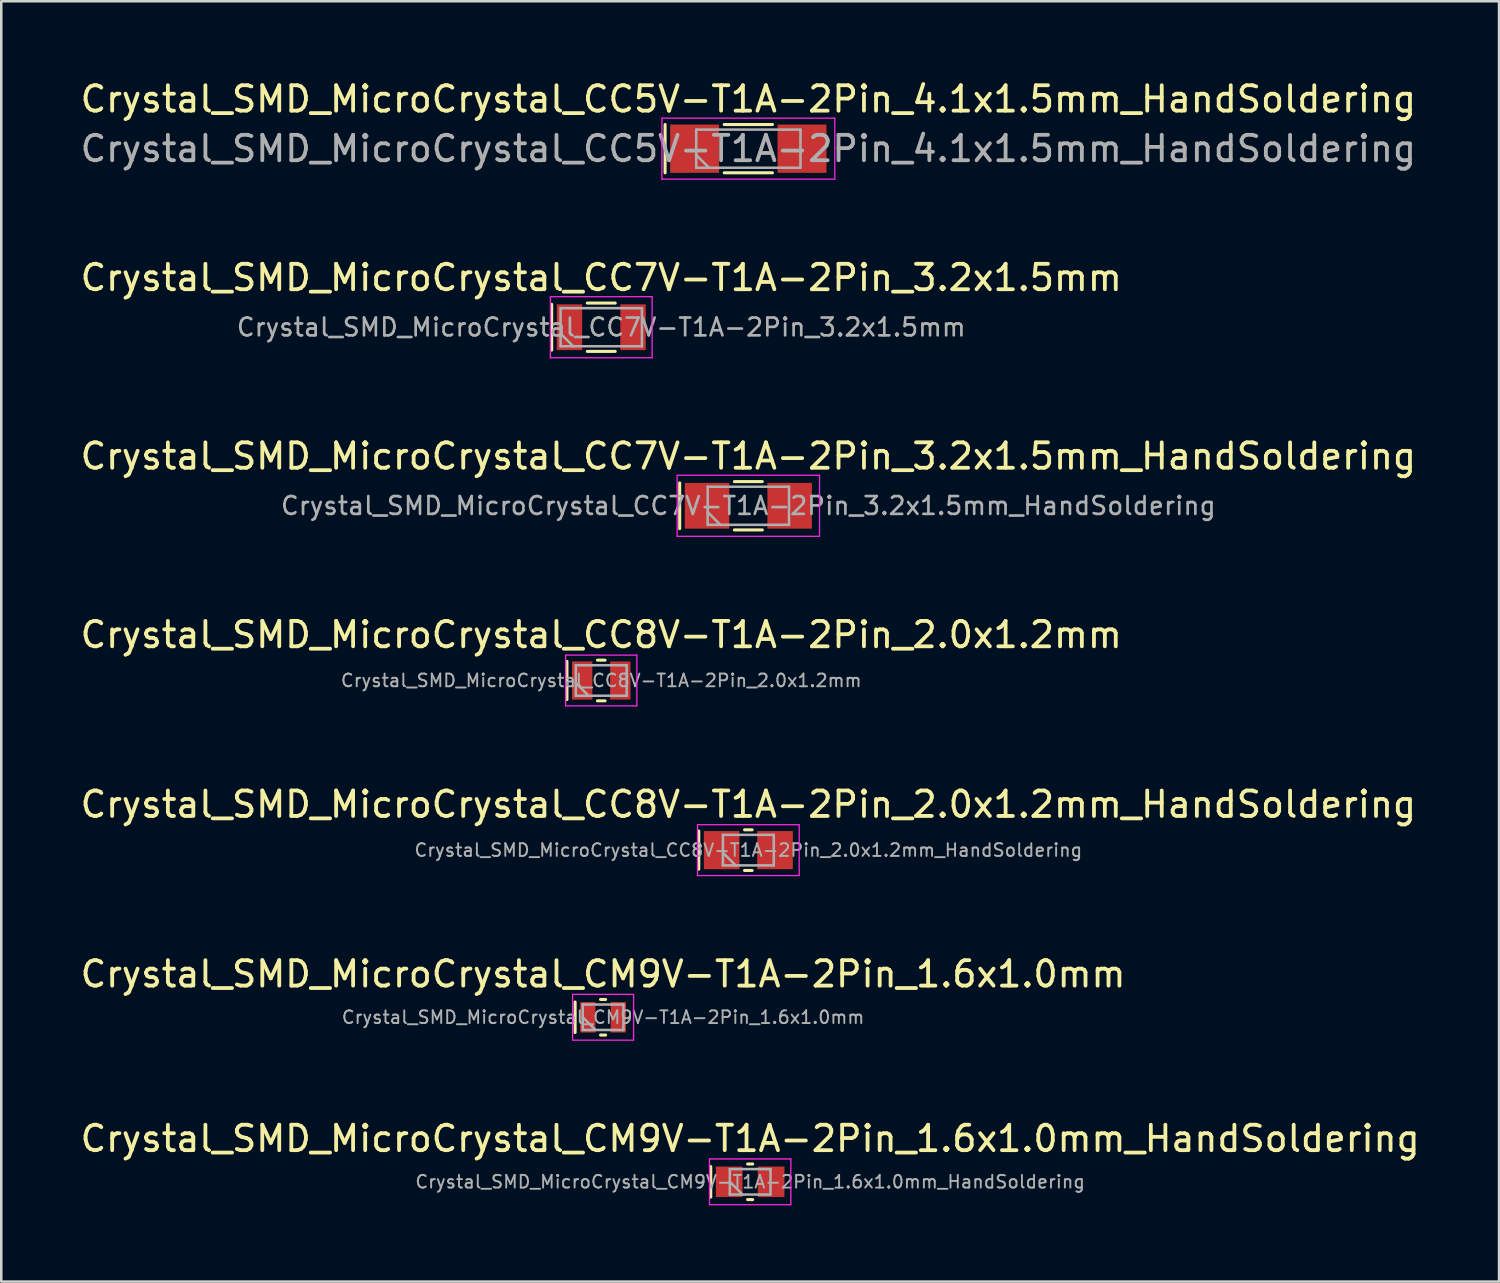
<source format=kicad_pcb>
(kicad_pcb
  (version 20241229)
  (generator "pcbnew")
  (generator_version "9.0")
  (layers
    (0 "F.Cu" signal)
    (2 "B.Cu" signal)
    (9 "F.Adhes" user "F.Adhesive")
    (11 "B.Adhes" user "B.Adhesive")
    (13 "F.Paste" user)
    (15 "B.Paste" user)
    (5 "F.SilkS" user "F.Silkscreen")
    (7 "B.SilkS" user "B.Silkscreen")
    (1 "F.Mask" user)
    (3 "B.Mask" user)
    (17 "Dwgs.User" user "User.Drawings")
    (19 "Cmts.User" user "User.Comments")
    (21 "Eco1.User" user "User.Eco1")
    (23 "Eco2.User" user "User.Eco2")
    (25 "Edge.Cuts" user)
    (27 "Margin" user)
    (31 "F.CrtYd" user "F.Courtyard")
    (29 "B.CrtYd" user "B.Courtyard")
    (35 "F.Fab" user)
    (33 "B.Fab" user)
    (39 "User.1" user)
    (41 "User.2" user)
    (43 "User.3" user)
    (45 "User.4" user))
  (footprint "Crystal_SMD_MicroCrystal_CM9V-T1A-2Pin_1.6x1.0mm_HandSoldering"
    (layer "F.Cu")
    (at 26.458 43.438)
    (property "Reference" "Crystal_SMD_MicroCrystal_CM9V-T1A-2Pin_1.6x1.0mm_HandSoldering" (at 0 -1.7 0) (layer "F.SilkS") (effects (font (size 1 1) (thickness 0.15))))
    (attr smd)
    (fp_line (start -1.55 -0.6) (end -1.55 0.6) (stroke (width 0.12) (type solid)) (layer "F.SilkS"))
    (fp_line (start -0.1 -0.7) (end 0.1 -0.7) (stroke (width 0.12) (type solid)) (layer "F.SilkS"))
    (fp_line (start -0.1 0.7) (end 0.1 0.7) (stroke (width 0.12) (type solid)) (layer "F.SilkS"))
    (fp_line (start -1.6 -0.9) (end -1.6 0.9) (stroke (width 0.05) (type solid)) (layer "F.CrtYd"))
    (fp_line (start -1.6 0.9) (end 1.6 0.9) (stroke (width 0.05) (type solid)) (layer "F.CrtYd"))
    (fp_line (start 1.6 -0.9) (end -1.6 -0.9) (stroke (width 0.05) (type solid)) (layer "F.CrtYd"))
    (fp_line (start 1.6 0.9) (end 1.6 -0.9) (stroke (width 0.05) (type solid)) (layer "F.CrtYd"))
    (fp_line (start -0.8 -0.5) (end -0.8 0.5) (stroke (width 0.1) (type solid)) (layer "F.Fab"))
    (fp_line (start -0.8 0) (end -0.3 0.5) (stroke (width 0.1) (type solid)) (layer "F.Fab"))
    (fp_line (start -0.8 0.5) (end 0.8 0.5) (stroke (width 0.1) (type solid)) (layer "F.Fab"))
    (fp_line (start 0.8 -0.5) (end -0.8 -0.5) (stroke (width 0.1) (type solid)) (layer "F.Fab"))
    (fp_line (start 0.8 0.5) (end 0.8 -0.5) (stroke (width 0.1) (type solid)) (layer "F.Fab"))
    (fp_text user "${REFERENCE}" (at 0 0 0) (layer "F.Fab") (effects (font (size 0.5 0.5) (thickness 0.075))))
    (pad "1" smd rect (at -0.825 0) (size 1.05 1.2) (layers "F.Cu" "F.Mask" "F.Paste"))
    (pad "2" smd rect (at 0.825 0) (size 1.05 1.2) (layers "F.Cu" "F.Mask" "F.Paste")))
  (footprint "Crystal_SMD_MicroCrystal_CM9V-T1A-2Pin_1.6x1.0mm"
    (layer "F.Cu")
    (at 20.673 36.965)
    (property "Reference" "Crystal_SMD_MicroCrystal_CM9V-T1A-2Pin_1.6x1.0mm" (at 0 -1.7 0) (layer "F.SilkS") (effects (font (size 1 1) (thickness 0.15))))
    (attr smd)
    (fp_line (start -1.1 -0.6) (end -1.1 0.6) (stroke (width 0.12) (type solid)) (layer "F.SilkS"))
    (fp_line (start -0.1 -0.7) (end 0.1 -0.7) (stroke (width 0.12) (type solid)) (layer "F.SilkS"))
    (fp_line (start -0.1 0.7) (end 0.1 0.7) (stroke (width 0.12) (type solid)) (layer "F.SilkS"))
    (fp_line (start -1.2 -0.9) (end -1.2 0.9) (stroke (width 0.05) (type solid)) (layer "F.CrtYd"))
    (fp_line (start -1.2 0.9) (end 1.2 0.9) (stroke (width 0.05) (type solid)) (layer "F.CrtYd"))
    (fp_line (start 1.2 -0.9) (end -1.2 -0.9) (stroke (width 0.05) (type solid)) (layer "F.CrtYd"))
    (fp_line (start 1.2 0.9) (end 1.2 -0.9) (stroke (width 0.05) (type solid)) (layer "F.CrtYd"))
    (fp_line (start -0.8 -0.5) (end -0.8 0.5) (stroke (width 0.1) (type solid)) (layer "F.Fab"))
    (fp_line (start -0.8 0) (end -0.3 0.5) (stroke (width 0.1) (type solid)) (layer "F.Fab"))
    (fp_line (start -0.8 0.5) (end 0.8 0.5) (stroke (width 0.1) (type solid)) (layer "F.Fab"))
    (fp_line (start 0.8 -0.5) (end -0.8 -0.5) (stroke (width 0.1) (type solid)) (layer "F.Fab"))
    (fp_line (start 0.8 0.5) (end 0.8 -0.5) (stroke (width 0.1) (type solid)) (layer "F.Fab"))
    (fp_text user "${REFERENCE}" (at 0 0 0) (layer "F.Fab") (effects (font (size 0.5 0.5) (thickness 0.075))))
    (pad "1" smd rect (at -0.6 0) (size 0.6 1.2) (layers "F.Cu" "F.Mask" "F.Paste"))
    (pad "2" smd rect (at 0.6 0) (size 0.6 1.2) (layers "F.Cu" "F.Mask" "F.Paste")))
  (footprint "Crystal_SMD_MicroCrystal_CC8V-T1A-2Pin_2.0x1.2mm"
    (layer "F.Cu")
    (at 20.601 23.718)
    (property "Reference" "Crystal_SMD_MicroCrystal_CC8V-T1A-2Pin_2.0x1.2mm" (at 0 -1.8 0) (layer "F.SilkS") (effects (font (size 1 1) (thickness 0.15))))
    (attr smd)
    (fp_line (start -1.35 -0.75) (end -1.35 0.75) (stroke (width 0.12) (type solid)) (layer "F.SilkS"))
    (fp_line (start -0.15 -0.8) (end 0.15 -0.8) (stroke (width 0.12) (type solid)) (layer "F.SilkS"))
    (fp_line (start -0.15 0.8) (end 0.15 0.8) (stroke (width 0.12) (type solid)) (layer "F.SilkS"))
    (fp_line (start -1.4 -1) (end -1.4 1) (stroke (width 0.05) (type solid)) (layer "F.CrtYd"))
    (fp_line (start -1.4 1) (end 1.4 1) (stroke (width 0.05) (type solid)) (layer "F.CrtYd"))
    (fp_line (start 1.4 -1) (end -1.4 -1) (stroke (width 0.05) (type solid)) (layer "F.CrtYd"))
    (fp_line (start 1.4 1) (end 1.4 -1) (stroke (width 0.05) (type solid)) (layer "F.CrtYd"))
    (fp_line (start -1 -0.6) (end -1 0.6) (stroke (width 0.1) (type solid)) (layer "F.Fab"))
    (fp_line (start -1 0.1) (end -0.5 0.6) (stroke (width 0.1) (type solid)) (layer "F.Fab"))
    (fp_line (start -1 0.6) (end 1 0.6) (stroke (width 0.1) (type solid)) (layer "F.Fab"))
    (fp_line (start 1 -0.6) (end -1 -0.6) (stroke (width 0.1) (type solid)) (layer "F.Fab"))
    (fp_line (start 1 0.6) (end 1 -0.6) (stroke (width 0.1) (type solid)) (layer "F.Fab"))
    (fp_text user "${REFERENCE}" (at 0 0 0) (layer "F.Fab") (effects (font (size 0.5 0.5) (thickness 0.075))))
    (pad "1" smd rect (at -0.75 0) (size 0.8 1.5) (layers "F.Cu" "F.Mask" "F.Paste"))
    (pad "2" smd rect (at 0.75 0) (size 0.8 1.5) (layers "F.Cu" "F.Mask" "F.Paste")))
  (footprint "Crystal_SMD_MicroCrystal_CC7V-T1A-2Pin_3.2x1.5mm_HandSoldering"
    (layer "F.Cu")
    (at 26.387 16.845)
    (property "Reference" "Crystal_SMD_MicroCrystal_CC7V-T1A-2Pin_3.2x1.5mm_HandSoldering" (at 0 -1.95 0) (layer "F.SilkS") (effects (font (size 1 1) (thickness 0.15))))
    (attr smd)
    (fp_line (start -2.7 -0.9) (end -2.7 0.9) (stroke (width 0.12) (type solid)) (layer "F.SilkS"))
    (fp_line (start -0.55 -0.95) (end 0.55 -0.95) (stroke (width 0.12) (type solid)) (layer "F.SilkS"))
    (fp_line (start -0.55 0.95) (end 0.55 0.95) (stroke (width 0.12) (type solid)) (layer "F.SilkS"))
    (fp_line (start -2.8 -1.2) (end -2.8 1.2) (stroke (width 0.05) (type solid)) (layer "F.CrtYd"))
    (fp_line (start -2.8 1.2) (end 2.8 1.2) (stroke (width 0.05) (type solid)) (layer "F.CrtYd"))
    (fp_line (start 2.8 -1.2) (end -2.8 -1.2) (stroke (width 0.05) (type solid)) (layer "F.CrtYd"))
    (fp_line (start 2.8 1.2) (end 2.8 -1.2) (stroke (width 0.05) (type solid)) (layer "F.CrtYd"))
    (fp_line (start -1.6 -0.75) (end -1.6 0.75) (stroke (width 0.1) (type solid)) (layer "F.Fab"))
    (fp_line (start -1.6 0.25) (end -1.1 0.75) (stroke (width 0.1) (type solid)) (layer "F.Fab"))
    (fp_line (start -1.6 0.75) (end 1.6 0.75) (stroke (width 0.1) (type solid)) (layer "F.Fab"))
    (fp_line (start 1.6 -0.75) (end -1.6 -0.75) (stroke (width 0.1) (type solid)) (layer "F.Fab"))
    (fp_line (start 1.6 0.75) (end 1.6 -0.75) (stroke (width 0.1) (type solid)) (layer "F.Fab"))
    (fp_text user "${REFERENCE}" (at 0 0 0) (layer "F.Fab") (effects (font (size 0.7 0.7) (thickness 0.105))))
    (pad "1" smd rect (at -1.625 0) (size 1.75 1.8) (layers "F.Cu" "F.Mask" "F.Paste"))
    (pad "2" smd rect (at 1.625 0) (size 1.75 1.8) (layers "F.Cu" "F.Mask" "F.Paste")))
  (footprint "Crystal_SMD_MicroCrystal_CC7V-T1A-2Pin_3.2x1.5mm"
    (layer "F.Cu")
    (at 20.601 9.822)
    (property "Reference" "Crystal_SMD_MicroCrystal_CC7V-T1A-2Pin_3.2x1.5mm" (at 0 -1.95 0) (layer "F.SilkS") (effects (font (size 1 1) (thickness 0.15))))
    (attr smd)
    (fp_line (start -1.95 -0.9) (end -1.95 0.9) (stroke (width 0.12) (type solid)) (layer "F.SilkS"))
    (fp_line (start -0.55 -0.95) (end 0.55 -0.95) (stroke (width 0.12) (type solid)) (layer "F.SilkS"))
    (fp_line (start -0.55 0.95) (end 0.55 0.95) (stroke (width 0.12) (type solid)) (layer "F.SilkS"))
    (fp_line (start -2 -1.2) (end -2 1.2) (stroke (width 0.05) (type solid)) (layer "F.CrtYd"))
    (fp_line (start -2 1.2) (end 2 1.2) (stroke (width 0.05) (type solid)) (layer "F.CrtYd"))
    (fp_line (start 2 -1.2) (end -2 -1.2) (stroke (width 0.05) (type solid)) (layer "F.CrtYd"))
    (fp_line (start 2 1.2) (end 2 -1.2) (stroke (width 0.05) (type solid)) (layer "F.CrtYd"))
    (fp_line (start -1.6 -0.75) (end -1.6 0.75) (stroke (width 0.1) (type solid)) (layer "F.Fab"))
    (fp_line (start -1.6 0.25) (end -1.1 0.75) (stroke (width 0.1) (type solid)) (layer "F.Fab"))
    (fp_line (start -1.6 0.75) (end 1.6 0.75) (stroke (width 0.1) (type solid)) (layer "F.Fab"))
    (fp_line (start 1.6 -0.75) (end -1.6 -0.75) (stroke (width 0.1) (type solid)) (layer "F.Fab"))
    (fp_line (start 1.6 0.75) (end 1.6 -0.75) (stroke (width 0.1) (type solid)) (layer "F.Fab"))
    (fp_text user "${REFERENCE}" (at 0 0 0) (layer "F.Fab") (effects (font (size 0.7 0.7) (thickness 0.105))))
    (pad "1" smd rect (at -1.25 0) (size 1 1.8) (layers "F.Cu" "F.Mask" "F.Paste"))
    (pad "2" smd rect (at 1.25 0) (size 1 1.8) (layers "F.Cu" "F.Mask" "F.Paste")))
  (footprint "Crystal_SMD_MicroCrystal_CC8V-T1A-2Pin_2.0x1.2mm_HandSoldering"
    (layer "F.Cu")
    (at 26.387 30.391)
    (property "Reference" "Crystal_SMD_MicroCrystal_CC8V-T1A-2Pin_2.0x1.2mm_HandSoldering" (at 0 -1.8 0) (layer "F.SilkS") (effects (font (size 1 1) (thickness 0.15))))
    (attr smd)
    (fp_line (start -1.95 -0.75) (end -1.95 0.75) (stroke (width 0.12) (type solid)) (layer "F.SilkS"))
    (fp_line (start -0.15 -0.8) (end 0.15 -0.8) (stroke (width 0.12) (type solid)) (layer "F.SilkS"))
    (fp_line (start -0.15 0.8) (end 0.15 0.8) (stroke (width 0.12) (type solid)) (layer "F.SilkS"))
    (fp_line (start -2 -1) (end -2 1) (stroke (width 0.05) (type solid)) (layer "F.CrtYd"))
    (fp_line (start -2 1) (end 2 1) (stroke (width 0.05) (type solid)) (layer "F.CrtYd"))
    (fp_line (start 2 -1) (end -2 -1) (stroke (width 0.05) (type solid)) (layer "F.CrtYd"))
    (fp_line (start 2 1) (end 2 -1) (stroke (width 0.05) (type solid)) (layer "F.CrtYd"))
    (fp_line (start -1 -0.6) (end -1 0.6) (stroke (width 0.1) (type solid)) (layer "F.Fab"))
    (fp_line (start -1 0.1) (end -0.5 0.6) (stroke (width 0.1) (type solid)) (layer "F.Fab"))
    (fp_line (start -1 0.6) (end 1 0.6) (stroke (width 0.1) (type solid)) (layer "F.Fab"))
    (fp_line (start 1 -0.6) (end -1 -0.6) (stroke (width 0.1) (type solid)) (layer "F.Fab"))
    (fp_line (start 1 0.6) (end 1 -0.6) (stroke (width 0.1) (type solid)) (layer "F.Fab"))
    (fp_text user "${REFERENCE}" (at 0 0 0) (layer "F.Fab") (effects (font (size 0.5 0.5) (thickness 0.075))))
    (pad "1" smd rect (at -1.05 0) (size 1.4 1.5) (layers "F.Cu" "F.Mask" "F.Paste"))
    (pad "2" smd rect (at 1.05 0) (size 1.4 1.5) (layers "F.Cu" "F.Mask" "F.Paste")))
  (footprint "Crystal_SMD_MicroCrystal_CC5V-T1A-2Pin_4.1x1.5mm_HandSoldering"
    (layer "F.Cu")
    (at 26.387 2.798)
    (property "Reference" "Crystal_SMD_MicroCrystal_CC5V-T1A-2Pin_4.1x1.5mm_HandSoldering" (at 0 -1.95 0) (layer "F.SilkS") (effects (font (size 1 1) (thickness 0.15))))
    (attr smd)
    (fp_line (start -3.275 -0.95) (end -3.275 0.95) (stroke (width 0.12) (type solid)) (layer "F.SilkS"))
    (fp_line (start -0.95 -0.95) (end 0.95 -0.95) (stroke (width 0.12) (type solid)) (layer "F.SilkS"))
    (fp_line (start -0.95 0.95) (end 0.95 0.95) (stroke (width 0.12) (type solid)) (layer "F.SilkS"))
    (fp_line (start -3.4 -1.2) (end -3.4 1.2) (stroke (width 0.05) (type solid)) (layer "F.CrtYd"))
    (fp_line (start -3.4 1.2) (end 3.4 1.2) (stroke (width 0.05) (type solid)) (layer "F.CrtYd"))
    (fp_line (start 3.4 -1.2) (end -3.4 -1.2) (stroke (width 0.05) (type solid)) (layer "F.CrtYd"))
    (fp_line (start 3.4 1.2) (end 3.4 -1.2) (stroke (width 0.05) (type solid)) (layer "F.CrtYd"))
    (fp_line (start -2.05 -0.75) (end -2.05 0.75) (stroke (width 0.1) (type solid)) (layer "F.Fab"))
    (fp_line (start -2.05 0.25) (end -1.55 0.75) (stroke (width 0.1) (type solid)) (layer "F.Fab"))
    (fp_line (start -2.05 0.75) (end 2.05 0.75) (stroke (width 0.1) (type solid)) (layer "F.Fab"))
    (fp_line (start 2.05 -0.75) (end -2.05 -0.75) (stroke (width 0.1) (type solid)) (layer "F.Fab"))
    (fp_line (start 2.05 0.75) (end 2.05 -0.75) (stroke (width 0.1) (type solid)) (layer "F.Fab"))
    (fp_text user "${REFERENCE}" (at 0 0 0) (layer "F.Fab") (effects (font (size 1 1) (thickness 0.15))))
    (pad "1" smd rect (at -2.112 0) (size 1.925 1.9) (layers "F.Cu" "F.Mask" "F.Paste"))
    (pad "2" smd rect (at 2.112 0) (size 1.925 1.9) (layers "F.Cu" "F.Mask" "F.Paste")))
  (gr_rect
    (start -3 -3)
    (end 55.917 47.363)
    (stroke (width 0.1) (type default))
    (fill no)
    (layer "Edge.Cuts")))
</source>
